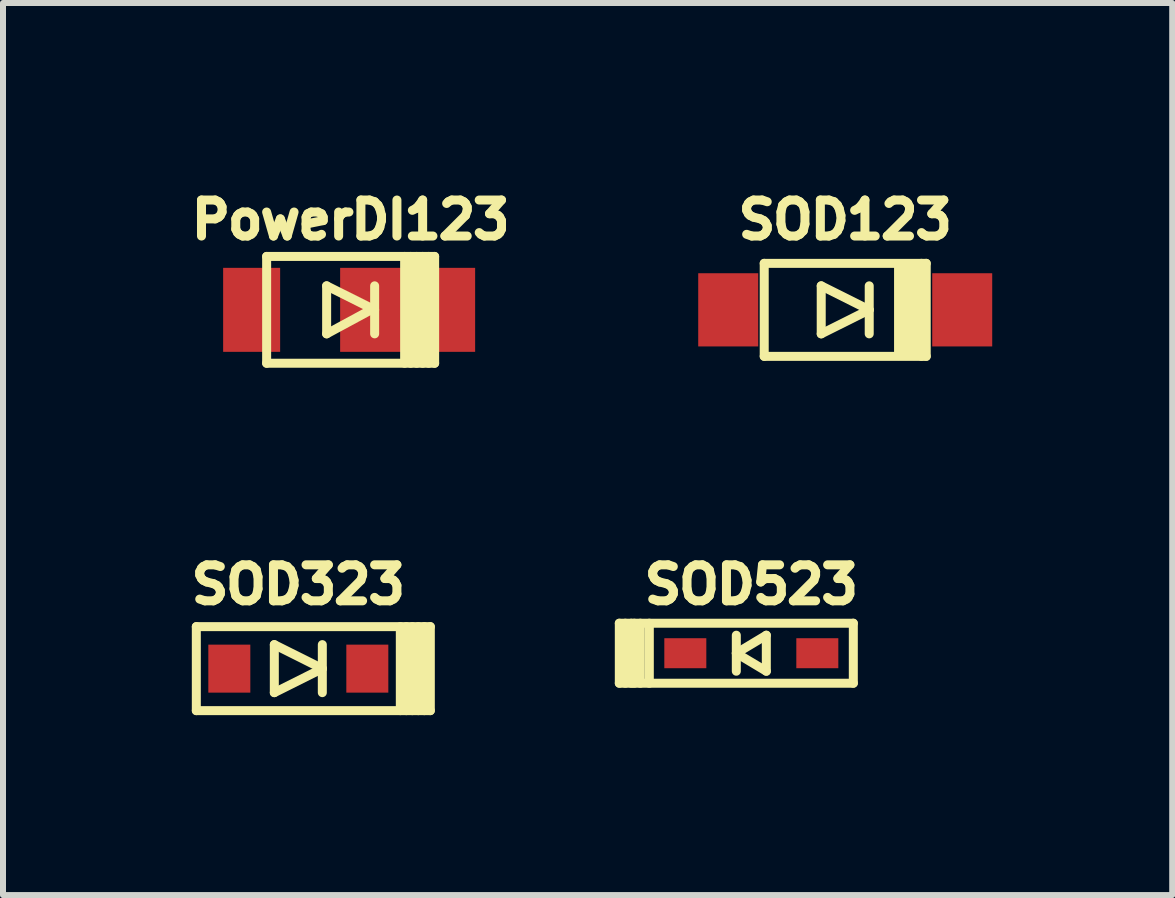
<source format=kicad_pcb>
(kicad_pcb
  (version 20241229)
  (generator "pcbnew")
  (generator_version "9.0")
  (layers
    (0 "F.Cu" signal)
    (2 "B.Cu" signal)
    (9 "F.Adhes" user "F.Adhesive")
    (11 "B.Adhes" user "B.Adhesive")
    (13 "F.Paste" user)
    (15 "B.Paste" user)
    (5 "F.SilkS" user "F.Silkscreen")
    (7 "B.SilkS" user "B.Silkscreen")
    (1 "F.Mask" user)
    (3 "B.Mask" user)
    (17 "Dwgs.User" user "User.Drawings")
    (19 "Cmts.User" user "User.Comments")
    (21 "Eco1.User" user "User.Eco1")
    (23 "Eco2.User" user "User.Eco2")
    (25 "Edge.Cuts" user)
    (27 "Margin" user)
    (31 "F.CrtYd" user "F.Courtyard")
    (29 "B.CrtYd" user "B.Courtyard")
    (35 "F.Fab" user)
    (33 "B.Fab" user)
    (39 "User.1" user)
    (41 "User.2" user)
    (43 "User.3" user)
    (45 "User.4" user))
  (footprint "PowerDI123"
    (layer "F.Cu")
    (at 2.794 2.114)
    (property "Reference" "PowerDI123" (at 0 -1.5 180) (layer "F.SilkS") (effects (font (size 0.6 0.6) (thickness 0.15))))
    (attr smd)
    (fp_line (start -1.4 -0.89) (end 1.4 -0.89) (stroke (width 0.15) (type solid)) (layer "F.SilkS"))
    (fp_line (start -1.4 0.89) (end -1.4 -0.89) (stroke (width 0.15) (type solid)) (layer "F.SilkS"))
    (fp_line (start -0.4 -0.4) (end -0.4 0.4) (stroke (width 0.15) (type solid)) (layer "F.SilkS"))
    (fp_line (start -0.4 0.4) (end 0.34 0) (stroke (width 0.15) (type solid)) (layer "F.SilkS"))
    (fp_line (start 0.4 -0.4) (end 0.4 0.4) (stroke (width 0.15) (type solid)) (layer "F.SilkS"))
    (fp_line (start 0.4 0) (end -0.4 -0.4) (stroke (width 0.15) (type solid)) (layer "F.SilkS"))
    (fp_line (start 0.9 0.89) (end 0.9 -0.89) (stroke (width 0.15) (type solid)) (layer "F.SilkS"))
    (fp_line (start 1 -0.89) (end 1 0.89) (stroke (width 0.15) (type solid)) (layer "F.SilkS"))
    (fp_line (start 1.1 0.89) (end 1.1 -0.89) (stroke (width 0.15) (type solid)) (layer "F.SilkS"))
    (fp_line (start 1.2 -0.89) (end 1.2 0.89) (stroke (width 0.15) (type solid)) (layer "F.SilkS"))
    (fp_line (start 1.3 0.89) (end 1.3 -0.89) (stroke (width 0.15) (type solid)) (layer "F.SilkS"))
    (fp_line (start 1.4 -0.89) (end 1.4 0.89) (stroke (width 0.15) (type solid)) (layer "F.SilkS"))
    (fp_line (start 1.4 0.89) (end -1.4 0.89) (stroke (width 0.15) (type solid)) (layer "F.SilkS"))
    (pad "A" smd rect (at -1.65 0) (size 0.95 1.4) (layers "F.Cu" "F.Mask" "F.Paste"))
    (pad "C" smd rect (at 0.95 0) (size 2.25 1.4) (layers "F.Cu" "F.Mask" "F.Paste")))
  (footprint "SOD123"
    (layer "F.Cu")
    (at 11.037 2.114)
    (property "Reference" "SOD123" (at 0 -1.5 180) (layer "F.SilkS") (effects (font (size 0.6 0.6) (thickness 0.15))))
    (attr smd)
    (fp_line (start -1.35 -0.775) (end 1.35 -0.775) (stroke (width 0.15) (type solid)) (layer "F.SilkS"))
    (fp_line (start -1.35 0.775) (end -1.35 -0.775) (stroke (width 0.15) (type solid)) (layer "F.SilkS"))
    (fp_line (start -0.4 -0.4) (end -0.4 0.4) (stroke (width 0.15) (type solid)) (layer "F.SilkS"))
    (fp_line (start -0.4 0.4) (end 0.4 0) (stroke (width 0.15) (type solid)) (layer "F.SilkS"))
    (fp_line (start 0.4 -0.4) (end 0.4 0.4) (stroke (width 0.15) (type solid)) (layer "F.SilkS"))
    (fp_line (start 0.4 0) (end -0.4 -0.4) (stroke (width 0.15) (type solid)) (layer "F.SilkS"))
    (fp_line (start 0.889 -0.762) (end 0.889 0.762) (stroke (width 0.15) (type solid)) (layer "F.SilkS"))
    (fp_line (start 1.016 0.762) (end 1.016 -0.762) (stroke (width 0.15) (type solid)) (layer "F.SilkS"))
    (fp_line (start 1.143 -0.762) (end 1.143 0.762) (stroke (width 0.15) (type solid)) (layer "F.SilkS"))
    (fp_line (start 1.27 0.775) (end 1.27 -0.775) (stroke (width 0.15) (type solid)) (layer "F.SilkS"))
    (fp_line (start 1.35 -0.775) (end 1.35 0.775) (stroke (width 0.15) (type solid)) (layer "F.SilkS"))
    (fp_line (start 1.35 0.775) (end -1.35 0.775) (stroke (width 0.15) (type solid)) (layer "F.SilkS"))
    (pad "A" smd rect (at -1.95 0) (size 1 1.22) (layers "F.Cu" "F.Mask" "F.Paste"))
    (pad "C" smd rect (at 1.95 0) (size 1 1.22) (layers "F.Cu" "F.Mask" "F.Paste")))
  (footprint "SOD323"
    (layer "F.Cu")
    (at 1.922 8.094)
    (property "Reference" "SOD323" (at 0 -1.4 180) (layer "F.SilkS") (effects (font (size 0.6 0.6) (thickness 0.15))))
    (attr smd)
    (fp_line (start -1.7 -0.7) (end -1.7 0.7) (stroke (width 0.15) (type solid)) (layer "F.SilkS"))
    (fp_line (start -1.7 0.7) (end 2.2 0.7) (stroke (width 0.15) (type solid)) (layer "F.SilkS"))
    (fp_line (start -0.4 -0.4) (end -0.4 0.4) (stroke (width 0.15) (type solid)) (layer "F.SilkS"))
    (fp_line (start -0.4 0.4) (end 0.4 0) (stroke (width 0.15) (type solid)) (layer "F.SilkS"))
    (fp_line (start 0.4 -0.4) (end 0.4 0.4) (stroke (width 0.15) (type solid)) (layer "F.SilkS"))
    (fp_line (start 0.4 0) (end -0.4 -0.4) (stroke (width 0.15) (type solid)) (layer "F.SilkS"))
    (fp_line (start 1.7 0.7) (end 1.7 -0.7) (stroke (width 0.15) (type solid)) (layer "F.SilkS"))
    (fp_line (start 1.8 0.7) (end 1.8 -0.7) (stroke (width 0.15) (type solid)) (layer "F.SilkS"))
    (fp_line (start 1.9 0.7) (end 1.9 -0.7) (stroke (width 0.15) (type solid)) (layer "F.SilkS"))
    (fp_line (start 2 0.7) (end 2 -0.7) (stroke (width 0.15) (type solid)) (layer "F.SilkS"))
    (fp_line (start 2.1 -0.7) (end 2.1 0.7) (stroke (width 0.15) (type solid)) (layer "F.SilkS"))
    (fp_line (start 2.2 -0.7) (end -1.7 -0.7) (stroke (width 0.15) (type solid)) (layer "F.SilkS"))
    (fp_line (start 2.2 0.7) (end 2.2 -0.7) (stroke (width 0.15) (type solid)) (layer "F.SilkS"))
    (pad "A" smd rect (at -1.15 0) (size 0.7 0.8) (layers "F.Cu" "F.Mask" "F.Paste"))
    (pad "C" smd rect (at 1.15 0) (size 0.7 0.8) (layers "F.Cu" "F.Mask" "F.Paste")))
  (footprint "SOD523"
    (layer "F.Cu")
    (at 9.472 7.837)
    (property "Reference" "SOD523" (at 0 -1.143 0) (layer "F.SilkS") (effects (font (size 0.6 0.6) (thickness 0.15))))
    (attr smd)
    (fp_line (start -2.2 -0.5) (end -2.2 0.5) (stroke (width 0.15) (type solid)) (layer "F.SilkS"))
    (fp_line (start -2.2 0.5) (end 1.7 0.5) (stroke (width 0.15) (type solid)) (layer "F.SilkS"))
    (fp_line (start -2.1 -0.5) (end -2.1 0.5) (stroke (width 0.15) (type solid)) (layer "F.SilkS"))
    (fp_line (start -2 0.5) (end -2 -0.5) (stroke (width 0.15) (type solid)) (layer "F.SilkS"))
    (fp_line (start -1.95 -0.5) (end -1.95 0.5) (stroke (width 0.15) (type solid)) (layer "F.SilkS"))
    (fp_line (start -1.85 -0.5) (end -1.85 0.5) (stroke (width 0.15) (type solid)) (layer "F.SilkS"))
    (fp_line (start -1.7 -0.5) (end -1.7 0.5) (stroke (width 0.15) (type solid)) (layer "F.SilkS"))
    (fp_line (start -0.25 0) (end 0.25 -0.3) (stroke (width 0.15) (type solid)) (layer "F.SilkS"))
    (fp_line (start -0.25 0.3) (end -0.25 -0.3) (stroke (width 0.15) (type solid)) (layer "F.SilkS"))
    (fp_line (start 0.25 0.3) (end -0.25 0) (stroke (width 0.15) (type solid)) (layer "F.SilkS"))
    (fp_line (start 0.25 0.3) (end 0.25 -0.3) (stroke (width 0.15) (type solid)) (layer "F.SilkS"))
    (fp_line (start 1.7 -0.5) (end -2.2 -0.5) (stroke (width 0.15) (type solid)) (layer "F.SilkS"))
    (fp_line (start 1.7 0.5) (end 1.7 -0.5) (stroke (width 0.15) (type solid)) (layer "F.SilkS"))
    (pad "A" smd rect (at 1.1 0) (size 0.7 0.5) (layers "F.Cu" "F.Mask" "F.Paste"))
    (pad "C" smd rect (at -1.1 0) (size 0.7 0.5) (layers "F.Cu" "F.Mask" "F.Paste")))
  (gr_rect
    (start -3 -3)
    (end 16.487 11.868)
    (stroke (width 0.1) (type default))
    (fill no)
    (layer "Edge.Cuts")))
</source>
